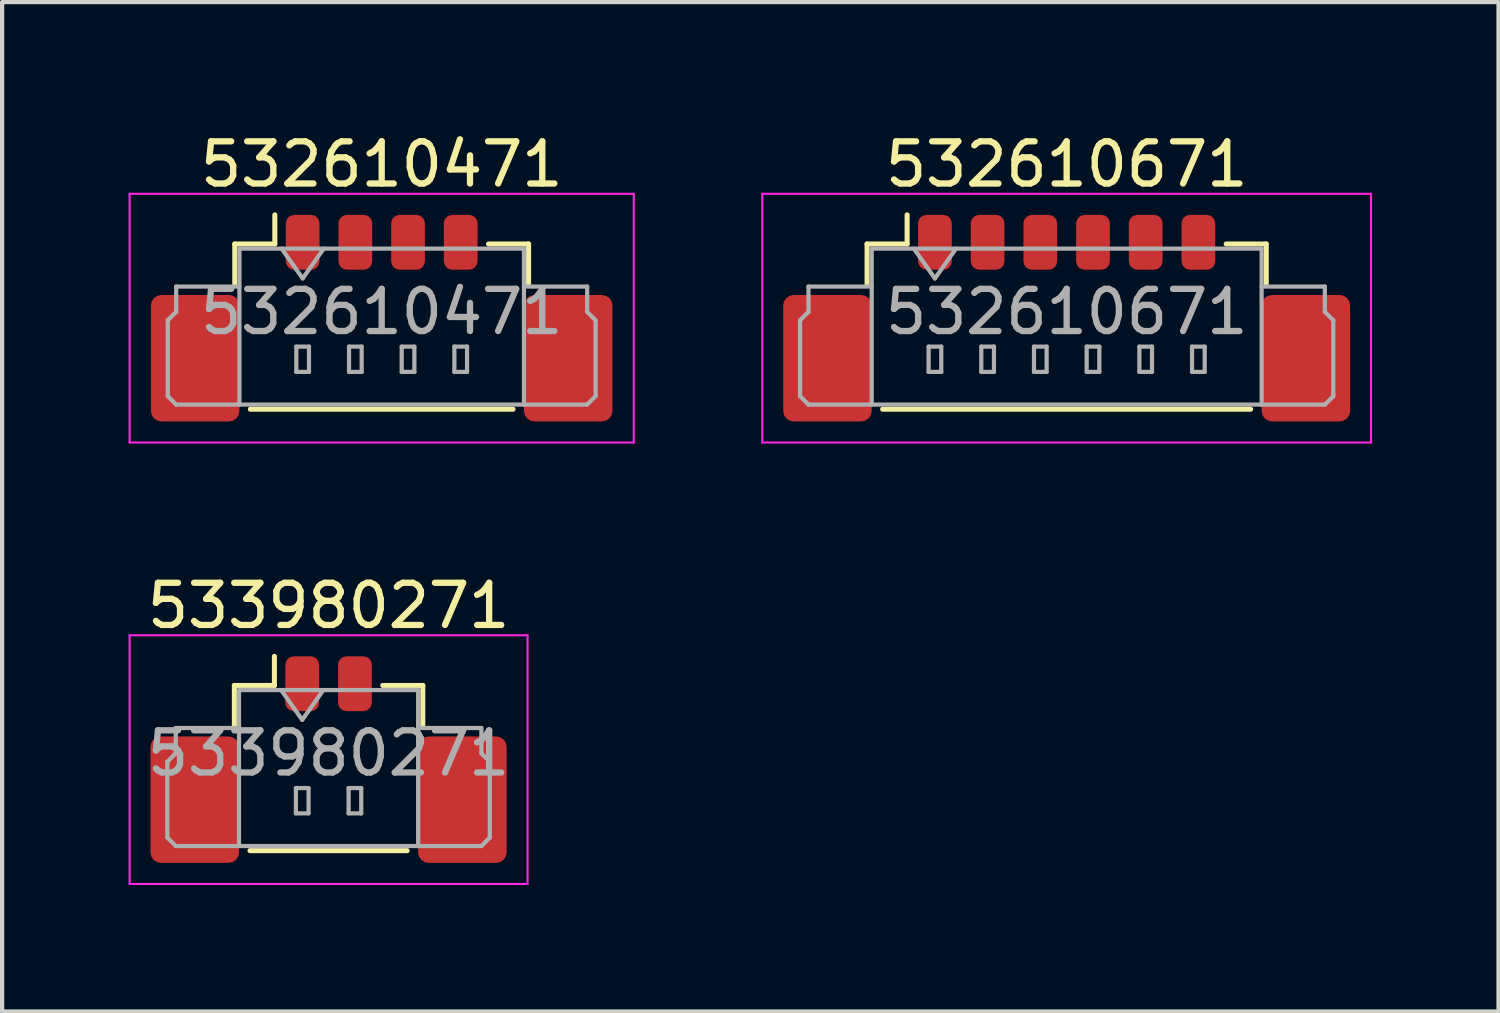
<source format=kicad_pcb>
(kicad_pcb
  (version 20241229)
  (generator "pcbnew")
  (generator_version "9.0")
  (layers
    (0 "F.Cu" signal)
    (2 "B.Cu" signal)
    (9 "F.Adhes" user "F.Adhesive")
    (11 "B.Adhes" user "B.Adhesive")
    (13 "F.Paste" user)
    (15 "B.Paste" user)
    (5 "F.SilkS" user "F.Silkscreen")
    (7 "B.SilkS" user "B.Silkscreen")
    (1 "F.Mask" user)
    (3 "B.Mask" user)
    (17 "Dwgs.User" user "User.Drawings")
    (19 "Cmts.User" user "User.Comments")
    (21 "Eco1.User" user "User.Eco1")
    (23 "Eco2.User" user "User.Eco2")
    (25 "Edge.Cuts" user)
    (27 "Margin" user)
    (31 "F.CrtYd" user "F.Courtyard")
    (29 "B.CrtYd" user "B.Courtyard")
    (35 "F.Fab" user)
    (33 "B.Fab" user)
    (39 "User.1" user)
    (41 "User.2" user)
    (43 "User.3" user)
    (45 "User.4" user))
  (footprint "532610671"
    (layer "F.Cu")
    (at 22.255 3.948)
    (property "Reference" "532610671" (at 0 -3.1 0) (layer "F.SilkS") (effects (font (size 1 1) (thickness 0.15))))
    (attr smd)
    (fp_line (start -4.735 -1.21) (end -3.785 -1.21) (stroke (width 0.12) (type solid)) (layer "F.SilkS"))
    (fp_line (start -4.735 -0.26) (end -4.735 -1.21) (stroke (width 0.12) (type solid)) (layer "F.SilkS"))
    (fp_line (start -4.365 2.71) (end 4.365 2.71) (stroke (width 0.12) (type solid)) (layer "F.SilkS"))
    (fp_line (start -3.785 -1.21) (end -3.785 -1.9) (stroke (width 0.12) (type solid)) (layer "F.SilkS"))
    (fp_line (start 4.735 -1.21) (end 3.785 -1.21) (stroke (width 0.12) (type solid)) (layer "F.SilkS"))
    (fp_line (start 4.735 -0.26) (end 4.735 -1.21) (stroke (width 0.12) (type solid)) (layer "F.SilkS"))
    (fp_line (start -7.22 -2.4) (end -7.22 3.5) (stroke (width 0.05) (type solid)) (layer "F.CrtYd"))
    (fp_line (start -7.22 3.5) (end 7.22 3.5) (stroke (width 0.05) (type solid)) (layer "F.CrtYd"))
    (fp_line (start 7.22 -2.4) (end -7.22 -2.4) (stroke (width 0.05) (type solid)) (layer "F.CrtYd"))
    (fp_line (start 7.22 3.5) (end 7.22 -2.4) (stroke (width 0.05) (type solid)) (layer "F.CrtYd"))
    (fp_line (start -6.325 0.6) (end -6.125 0.4) (stroke (width 0.1) (type solid)) (layer "F.Fab"))
    (fp_line (start -6.325 2.4) (end -6.325 0.6) (stroke (width 0.1) (type solid)) (layer "F.Fab"))
    (fp_line (start -6.125 -0.2) (end -4.625 -0.2) (stroke (width 0.1) (type solid)) (layer "F.Fab"))
    (fp_line (start -6.125 0.4) (end -6.125 -0.2) (stroke (width 0.1) (type solid)) (layer "F.Fab"))
    (fp_line (start -6.125 2.6) (end -6.325 2.4) (stroke (width 0.1) (type solid)) (layer "F.Fab"))
    (fp_line (start -4.625 -1.1) (end -4.625 2.6) (stroke (width 0.1) (type solid)) (layer "F.Fab"))
    (fp_line (start -4.625 -1.1) (end 4.625 -1.1) (stroke (width 0.1) (type solid)) (layer "F.Fab"))
    (fp_line (start -4.625 2.6) (end -6.125 2.6) (stroke (width 0.1) (type solid)) (layer "F.Fab"))
    (fp_line (start -4.625 2.6) (end 4.625 2.6) (stroke (width 0.1) (type solid)) (layer "F.Fab"))
    (fp_line (start -3.625 -1.1) (end -3.125 -0.393) (stroke (width 0.1) (type solid)) (layer "F.Fab"))
    (fp_line (start -3.275 1.225) (end -3.275 1.825) (stroke (width 0.1) (type solid)) (layer "F.Fab"))
    (fp_line (start -3.275 1.825) (end -2.975 1.825) (stroke (width 0.1) (type solid)) (layer "F.Fab"))
    (fp_line (start -3.125 -0.393) (end -2.625 -1.1) (stroke (width 0.1) (type solid)) (layer "F.Fab"))
    (fp_line (start -2.975 1.225) (end -3.275 1.225) (stroke (width 0.1) (type solid)) (layer "F.Fab"))
    (fp_line (start -2.975 1.825) (end -2.975 1.225) (stroke (width 0.1) (type solid)) (layer "F.Fab"))
    (fp_line (start -2.025 1.225) (end -2.025 1.825) (stroke (width 0.1) (type solid)) (layer "F.Fab"))
    (fp_line (start -2.025 1.825) (end -1.725 1.825) (stroke (width 0.1) (type solid)) (layer "F.Fab"))
    (fp_line (start -1.725 1.225) (end -2.025 1.225) (stroke (width 0.1) (type solid)) (layer "F.Fab"))
    (fp_line (start -1.725 1.825) (end -1.725 1.225) (stroke (width 0.1) (type solid)) (layer "F.Fab"))
    (fp_line (start -0.775 1.225) (end -0.775 1.825) (stroke (width 0.1) (type solid)) (layer "F.Fab"))
    (fp_line (start -0.775 1.825) (end -0.475 1.825) (stroke (width 0.1) (type solid)) (layer "F.Fab"))
    (fp_line (start -0.475 1.225) (end -0.775 1.225) (stroke (width 0.1) (type solid)) (layer "F.Fab"))
    (fp_line (start -0.475 1.825) (end -0.475 1.225) (stroke (width 0.1) (type solid)) (layer "F.Fab"))
    (fp_line (start 0.475 1.225) (end 0.475 1.825) (stroke (width 0.1) (type solid)) (layer "F.Fab"))
    (fp_line (start 0.475 1.825) (end 0.775 1.825) (stroke (width 0.1) (type solid)) (layer "F.Fab"))
    (fp_line (start 0.775 1.225) (end 0.475 1.225) (stroke (width 0.1) (type solid)) (layer "F.Fab"))
    (fp_line (start 0.775 1.825) (end 0.775 1.225) (stroke (width 0.1) (type solid)) (layer "F.Fab"))
    (fp_line (start 1.725 1.225) (end 1.725 1.825) (stroke (width 0.1) (type solid)) (layer "F.Fab"))
    (fp_line (start 1.725 1.825) (end 2.025 1.825) (stroke (width 0.1) (type solid)) (layer "F.Fab"))
    (fp_line (start 2.025 1.225) (end 1.725 1.225) (stroke (width 0.1) (type solid)) (layer "F.Fab"))
    (fp_line (start 2.025 1.825) (end 2.025 1.225) (stroke (width 0.1) (type solid)) (layer "F.Fab"))
    (fp_line (start 2.975 1.225) (end 2.975 1.825) (stroke (width 0.1) (type solid)) (layer "F.Fab"))
    (fp_line (start 2.975 1.825) (end 3.275 1.825) (stroke (width 0.1) (type solid)) (layer "F.Fab"))
    (fp_line (start 3.275 1.225) (end 2.975 1.225) (stroke (width 0.1) (type solid)) (layer "F.Fab"))
    (fp_line (start 3.275 1.825) (end 3.275 1.225) (stroke (width 0.1) (type solid)) (layer "F.Fab"))
    (fp_line (start 4.625 -1.1) (end 4.625 2.6) (stroke (width 0.1) (type solid)) (layer "F.Fab"))
    (fp_line (start 4.625 2.6) (end 6.125 2.6) (stroke (width 0.1) (type solid)) (layer "F.Fab"))
    (fp_line (start 6.125 -0.2) (end 4.625 -0.2) (stroke (width 0.1) (type solid)) (layer "F.Fab"))
    (fp_line (start 6.125 0.4) (end 6.125 -0.2) (stroke (width 0.1) (type solid)) (layer "F.Fab"))
    (fp_line (start 6.125 2.6) (end 6.325 2.4) (stroke (width 0.1) (type solid)) (layer "F.Fab"))
    (fp_line (start 6.325 0.6) (end 6.125 0.4) (stroke (width 0.1) (type solid)) (layer "F.Fab"))
    (fp_line (start 6.325 2.4) (end 6.325 0.6) (stroke (width 0.1) (type solid)) (layer "F.Fab"))
    (fp_text user "${REFERENCE}" (at 0 0.4 0) (layer "F.Fab") (effects (font (size 1 1) (thickness 0.15))))
    (pad "1" smd roundrect (at -3.125 -1.25) (size 0.8 1.3) (layers "F.Cu" "F.Mask" "F.Paste") (roundrect_rratio 0.25))
    (pad "2" smd roundrect (at -1.875 -1.25) (size 0.8 1.3) (layers "F.Cu" "F.Mask" "F.Paste") (roundrect_rratio 0.25))
    (pad "3" smd roundrect (at -0.625 -1.25) (size 0.8 1.3) (layers "F.Cu" "F.Mask" "F.Paste") (roundrect_rratio 0.25))
    (pad "4" smd roundrect (at 0.625 -1.25) (size 0.8 1.3) (layers "F.Cu" "F.Mask" "F.Paste") (roundrect_rratio 0.25))
    (pad "5" smd roundrect (at 1.875 -1.25) (size 0.8 1.3) (layers "F.Cu" "F.Mask" "F.Paste") (roundrect_rratio 0.25))
    (pad "6" smd roundrect (at 3.125 -1.25) (size 0.8 1.3) (layers "F.Cu" "F.Mask" "F.Paste") (roundrect_rratio 0.25))
    (pad "7" smd roundrect (at -5.675 1.5) (size 2.1 3) (layers "F.Cu" "F.Mask" "F.Paste") (roundrect_rratio 0.119))
    (pad "8" smd roundrect (at 5.675 1.5) (size 2.1 3) (layers "F.Cu" "F.Mask" "F.Paste") (roundrect_rratio 0.119)))
  (footprint "532610471"
    (layer "F.Cu")
    (at 6.005 3.948)
    (property "Reference" "532610471" (at 0 -3.1 0) (layer "F.SilkS") (effects (font (size 1 1) (thickness 0.15))))
    (attr smd)
    (fp_line (start -3.485 -1.21) (end -2.535 -1.21) (stroke (width 0.12) (type solid)) (layer "F.SilkS"))
    (fp_line (start -3.485 -0.26) (end -3.485 -1.21) (stroke (width 0.12) (type solid)) (layer "F.SilkS"))
    (fp_line (start -3.115 2.71) (end 3.115 2.71) (stroke (width 0.12) (type solid)) (layer "F.SilkS"))
    (fp_line (start -2.535 -1.21) (end -2.535 -1.9) (stroke (width 0.12) (type solid)) (layer "F.SilkS"))
    (fp_line (start 3.485 -1.21) (end 2.535 -1.21) (stroke (width 0.12) (type solid)) (layer "F.SilkS"))
    (fp_line (start 3.485 -0.26) (end 3.485 -1.21) (stroke (width 0.12) (type solid)) (layer "F.SilkS"))
    (fp_line (start -5.98 -2.4) (end -5.98 3.5) (stroke (width 0.05) (type solid)) (layer "F.CrtYd"))
    (fp_line (start -5.98 3.5) (end 5.98 3.5) (stroke (width 0.05) (type solid)) (layer "F.CrtYd"))
    (fp_line (start 5.98 -2.4) (end -5.98 -2.4) (stroke (width 0.05) (type solid)) (layer "F.CrtYd"))
    (fp_line (start 5.98 3.5) (end 5.98 -2.4) (stroke (width 0.05) (type solid)) (layer "F.CrtYd"))
    (fp_line (start -5.075 0.6) (end -4.875 0.4) (stroke (width 0.1) (type solid)) (layer "F.Fab"))
    (fp_line (start -5.075 2.4) (end -5.075 0.6) (stroke (width 0.1) (type solid)) (layer "F.Fab"))
    (fp_line (start -4.875 -0.2) (end -3.375 -0.2) (stroke (width 0.1) (type solid)) (layer "F.Fab"))
    (fp_line (start -4.875 0.4) (end -4.875 -0.2) (stroke (width 0.1) (type solid)) (layer "F.Fab"))
    (fp_line (start -4.875 2.6) (end -5.075 2.4) (stroke (width 0.1) (type solid)) (layer "F.Fab"))
    (fp_line (start -3.375 -1.1) (end -3.375 2.6) (stroke (width 0.1) (type solid)) (layer "F.Fab"))
    (fp_line (start -3.375 -1.1) (end 3.375 -1.1) (stroke (width 0.1) (type solid)) (layer "F.Fab"))
    (fp_line (start -3.375 2.6) (end -4.875 2.6) (stroke (width 0.1) (type solid)) (layer "F.Fab"))
    (fp_line (start -3.375 2.6) (end 3.375 2.6) (stroke (width 0.1) (type solid)) (layer "F.Fab"))
    (fp_line (start -2.375 -1.1) (end -1.875 -0.393) (stroke (width 0.1) (type solid)) (layer "F.Fab"))
    (fp_line (start -2.025 1.225) (end -2.025 1.825) (stroke (width 0.1) (type solid)) (layer "F.Fab"))
    (fp_line (start -2.025 1.825) (end -1.725 1.825) (stroke (width 0.1) (type solid)) (layer "F.Fab"))
    (fp_line (start -1.875 -0.393) (end -1.375 -1.1) (stroke (width 0.1) (type solid)) (layer "F.Fab"))
    (fp_line (start -1.725 1.225) (end -2.025 1.225) (stroke (width 0.1) (type solid)) (layer "F.Fab"))
    (fp_line (start -1.725 1.825) (end -1.725 1.225) (stroke (width 0.1) (type solid)) (layer "F.Fab"))
    (fp_line (start -0.775 1.225) (end -0.775 1.825) (stroke (width 0.1) (type solid)) (layer "F.Fab"))
    (fp_line (start -0.775 1.825) (end -0.475 1.825) (stroke (width 0.1) (type solid)) (layer "F.Fab"))
    (fp_line (start -0.475 1.225) (end -0.775 1.225) (stroke (width 0.1) (type solid)) (layer "F.Fab"))
    (fp_line (start -0.475 1.825) (end -0.475 1.225) (stroke (width 0.1) (type solid)) (layer "F.Fab"))
    (fp_line (start 0.475 1.225) (end 0.475 1.825) (stroke (width 0.1) (type solid)) (layer "F.Fab"))
    (fp_line (start 0.475 1.825) (end 0.775 1.825) (stroke (width 0.1) (type solid)) (layer "F.Fab"))
    (fp_line (start 0.775 1.225) (end 0.475 1.225) (stroke (width 0.1) (type solid)) (layer "F.Fab"))
    (fp_line (start 0.775 1.825) (end 0.775 1.225) (stroke (width 0.1) (type solid)) (layer "F.Fab"))
    (fp_line (start 1.725 1.225) (end 1.725 1.825) (stroke (width 0.1) (type solid)) (layer "F.Fab"))
    (fp_line (start 1.725 1.825) (end 2.025 1.825) (stroke (width 0.1) (type solid)) (layer "F.Fab"))
    (fp_line (start 2.025 1.225) (end 1.725 1.225) (stroke (width 0.1) (type solid)) (layer "F.Fab"))
    (fp_line (start 2.025 1.825) (end 2.025 1.225) (stroke (width 0.1) (type solid)) (layer "F.Fab"))
    (fp_line (start 3.375 -1.1) (end 3.375 2.6) (stroke (width 0.1) (type solid)) (layer "F.Fab"))
    (fp_line (start 3.375 2.6) (end 4.875 2.6) (stroke (width 0.1) (type solid)) (layer "F.Fab"))
    (fp_line (start 4.875 -0.2) (end 3.375 -0.2) (stroke (width 0.1) (type solid)) (layer "F.Fab"))
    (fp_line (start 4.875 0.4) (end 4.875 -0.2) (stroke (width 0.1) (type solid)) (layer "F.Fab"))
    (fp_line (start 4.875 2.6) (end 5.075 2.4) (stroke (width 0.1) (type solid)) (layer "F.Fab"))
    (fp_line (start 5.075 0.6) (end 4.875 0.4) (stroke (width 0.1) (type solid)) (layer "F.Fab"))
    (fp_line (start 5.075 2.4) (end 5.075 0.6) (stroke (width 0.1) (type solid)) (layer "F.Fab"))
    (fp_text user "${REFERENCE}" (at 0 0.4 0) (layer "F.Fab") (effects (font (size 1 1) (thickness 0.15))))
    (pad "1" smd roundrect (at -1.875 -1.25) (size 0.8 1.3) (layers "F.Cu" "F.Mask" "F.Paste") (roundrect_rratio 0.25))
    (pad "2" smd roundrect (at -0.625 -1.25) (size 0.8 1.3) (layers "F.Cu" "F.Mask" "F.Paste") (roundrect_rratio 0.25))
    (pad "3" smd roundrect (at 0.625 -1.25) (size 0.8 1.3) (layers "F.Cu" "F.Mask" "F.Paste") (roundrect_rratio 0.25))
    (pad "4" smd roundrect (at 1.875 -1.25) (size 0.8 1.3) (layers "F.Cu" "F.Mask" "F.Paste") (roundrect_rratio 0.25))
    (pad "5" smd roundrect (at -4.425 1.5) (size 2.1 3) (layers "F.Cu" "F.Mask" "F.Paste") (roundrect_rratio 0.119))
    (pad "6" smd roundrect (at 4.425 1.5) (size 2.1 3) (layers "F.Cu" "F.Mask" "F.Paste") (roundrect_rratio 0.119)))
  (footprint "533980271"
    (layer "F.Cu")
    (at 4.745 14.421)
    (property "Reference" "533980271" (at 0 -3.1 0) (layer "F.SilkS") (effects (font (size 1 1) (thickness 0.15))))
    (attr smd)
    (fp_line (start -2.235 -1.21) (end -1.285 -1.21) (stroke (width 0.12) (type solid)) (layer "F.SilkS"))
    (fp_line (start -2.235 -0.26) (end -2.235 -1.21) (stroke (width 0.12) (type solid)) (layer "F.SilkS"))
    (fp_line (start -1.865 2.71) (end 1.865 2.71) (stroke (width 0.12) (type solid)) (layer "F.SilkS"))
    (fp_line (start -1.285 -1.21) (end -1.285 -1.9) (stroke (width 0.12) (type solid)) (layer "F.SilkS"))
    (fp_line (start 2.235 -1.21) (end 1.285 -1.21) (stroke (width 0.12) (type solid)) (layer "F.SilkS"))
    (fp_line (start 2.235 -0.26) (end 2.235 -1.21) (stroke (width 0.12) (type solid)) (layer "F.SilkS"))
    (fp_line (start -4.72 -2.4) (end -4.72 3.5) (stroke (width 0.05) (type solid)) (layer "F.CrtYd"))
    (fp_line (start -4.72 3.5) (end 4.72 3.5) (stroke (width 0.05) (type solid)) (layer "F.CrtYd"))
    (fp_line (start 4.72 -2.4) (end -4.72 -2.4) (stroke (width 0.05) (type solid)) (layer "F.CrtYd"))
    (fp_line (start 4.72 3.5) (end 4.72 -2.4) (stroke (width 0.05) (type solid)) (layer "F.CrtYd"))
    (fp_line (start -3.825 0.6) (end -3.625 0.4) (stroke (width 0.1) (type solid)) (layer "F.Fab"))
    (fp_line (start -3.825 2.4) (end -3.825 0.6) (stroke (width 0.1) (type solid)) (layer "F.Fab"))
    (fp_line (start -3.625 -0.2) (end -2.125 -0.2) (stroke (width 0.1) (type solid)) (layer "F.Fab"))
    (fp_line (start -3.625 0.4) (end -3.625 -0.2) (stroke (width 0.1) (type solid)) (layer "F.Fab"))
    (fp_line (start -3.625 2.6) (end -3.825 2.4) (stroke (width 0.1) (type solid)) (layer "F.Fab"))
    (fp_line (start -2.125 -1.1) (end -2.125 2.6) (stroke (width 0.1) (type solid)) (layer "F.Fab"))
    (fp_line (start -2.125 -1.1) (end 2.125 -1.1) (stroke (width 0.1) (type solid)) (layer "F.Fab"))
    (fp_line (start -2.125 2.6) (end -3.625 2.6) (stroke (width 0.1) (type solid)) (layer "F.Fab"))
    (fp_line (start -2.125 2.6) (end 2.125 2.6) (stroke (width 0.1) (type solid)) (layer "F.Fab"))
    (fp_line (start -1.125 -1.1) (end -0.625 -0.393) (stroke (width 0.1) (type solid)) (layer "F.Fab"))
    (fp_line (start -0.775 1.225) (end -0.775 1.825) (stroke (width 0.1) (type solid)) (layer "F.Fab"))
    (fp_line (start -0.775 1.825) (end -0.475 1.825) (stroke (width 0.1) (type solid)) (layer "F.Fab"))
    (fp_line (start -0.625 -0.393) (end -0.125 -1.1) (stroke (width 0.1) (type solid)) (layer "F.Fab"))
    (fp_line (start -0.475 1.225) (end -0.775 1.225) (stroke (width 0.1) (type solid)) (layer "F.Fab"))
    (fp_line (start -0.475 1.825) (end -0.475 1.225) (stroke (width 0.1) (type solid)) (layer "F.Fab"))
    (fp_line (start 0.475 1.225) (end 0.475 1.825) (stroke (width 0.1) (type solid)) (layer "F.Fab"))
    (fp_line (start 0.475 1.825) (end 0.775 1.825) (stroke (width 0.1) (type solid)) (layer "F.Fab"))
    (fp_line (start 0.775 1.225) (end 0.475 1.225) (stroke (width 0.1) (type solid)) (layer "F.Fab"))
    (fp_line (start 0.775 1.825) (end 0.775 1.225) (stroke (width 0.1) (type solid)) (layer "F.Fab"))
    (fp_line (start 2.125 -1.1) (end 2.125 2.6) (stroke (width 0.1) (type solid)) (layer "F.Fab"))
    (fp_line (start 2.125 2.6) (end 3.625 2.6) (stroke (width 0.1) (type solid)) (layer "F.Fab"))
    (fp_line (start 3.625 -0.2) (end 2.125 -0.2) (stroke (width 0.1) (type solid)) (layer "F.Fab"))
    (fp_line (start 3.625 0.4) (end 3.625 -0.2) (stroke (width 0.1) (type solid)) (layer "F.Fab"))
    (fp_line (start 3.625 2.6) (end 3.825 2.4) (stroke (width 0.1) (type solid)) (layer "F.Fab"))
    (fp_line (start 3.825 0.6) (end 3.625 0.4) (stroke (width 0.1) (type solid)) (layer "F.Fab"))
    (fp_line (start 3.825 2.4) (end 3.825 0.6) (stroke (width 0.1) (type solid)) (layer "F.Fab"))
    (fp_text user "${REFERENCE}" (at 0 0.4 0) (layer "F.Fab") (effects (font (size 1 1) (thickness 0.15))))
    (pad "1" smd roundrect (at -0.625 -1.25) (size 0.8 1.3) (layers "F.Cu" "F.Mask" "F.Paste") (roundrect_rratio 0.25))
    (pad "2" smd roundrect (at 0.625 -1.25) (size 0.8 1.3) (layers "F.Cu" "F.Mask" "F.Paste") (roundrect_rratio 0.25))
    (pad "3" smd roundrect (at -3.175 1.5) (size 2.1 3) (layers "F.Cu" "F.Mask" "F.Paste") (roundrect_rratio 0.119))
    (pad "4" smd roundrect (at 3.175 1.5) (size 2.1 3) (layers "F.Cu" "F.Mask" "F.Paste") (roundrect_rratio 0.119)))
  (gr_rect
    (start -3 -3)
    (end 32.5 20.947)
    (stroke (width 0.1) (type default))
    (fill no)
    (layer "Edge.Cuts")))
</source>
